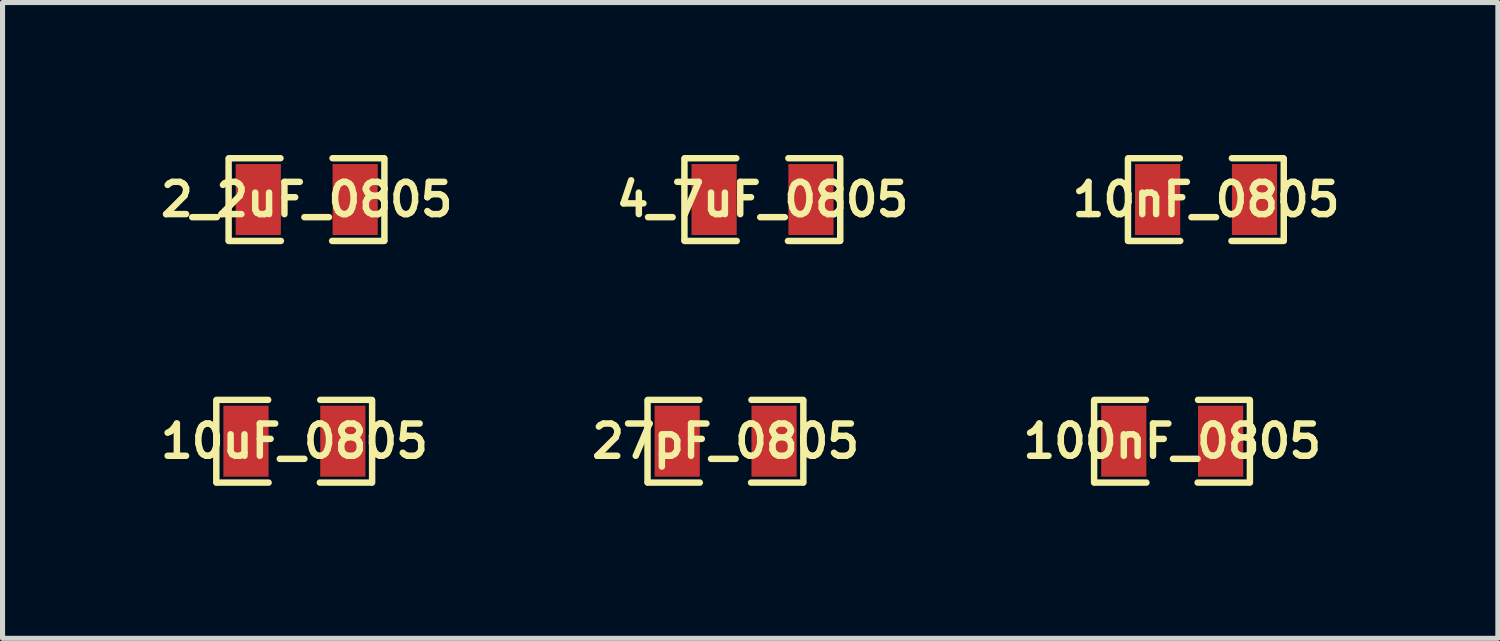
<source format=kicad_pcb>
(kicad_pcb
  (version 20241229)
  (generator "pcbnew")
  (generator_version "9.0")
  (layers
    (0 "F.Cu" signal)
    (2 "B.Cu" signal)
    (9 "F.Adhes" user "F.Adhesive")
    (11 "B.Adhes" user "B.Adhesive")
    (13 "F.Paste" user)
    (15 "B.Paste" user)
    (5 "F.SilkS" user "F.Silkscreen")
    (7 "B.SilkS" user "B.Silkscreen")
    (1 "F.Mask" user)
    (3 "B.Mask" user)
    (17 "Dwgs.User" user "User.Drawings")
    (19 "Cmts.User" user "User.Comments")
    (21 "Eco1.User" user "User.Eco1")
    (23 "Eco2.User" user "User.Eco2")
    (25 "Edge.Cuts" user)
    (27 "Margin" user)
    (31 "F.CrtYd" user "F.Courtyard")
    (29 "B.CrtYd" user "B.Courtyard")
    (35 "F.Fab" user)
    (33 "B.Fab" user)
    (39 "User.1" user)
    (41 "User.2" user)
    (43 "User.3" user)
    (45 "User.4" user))
  (footprint "100nF_0805"
    (layer "F.Cu")
    (at 20.015 5.631)
    (property "Reference" "100nF_0805" (at 0 0 0) (layer "F.SilkS") (effects (font (size 0.635 0.635) (thickness 0.127))))
    (attr smd)
    (fp_line (start -1.537 0.81) (end -1.537 -0.8) (stroke (width 0.127) (type solid)) (layer "F.SilkS"))
    (fp_line (start -1.532 0.815) (end -0.508 0.815) (stroke (width 0.127) (type solid)) (layer "F.SilkS"))
    (fp_line (start -0.516 -0.813) (end -1.532 -0.813) (stroke (width 0.127) (type solid)) (layer "F.SilkS"))
    (fp_line (start 0.508 -0.813) (end 1.524 -0.813) (stroke (width 0.127) (type solid)) (layer "F.SilkS"))
    (fp_line (start 1.524 0.815) (end 0.5 0.815) (stroke (width 0.127) (type solid)) (layer "F.SilkS"))
    (fp_line (start 1.529 0.81) (end 1.529 -0.8) (stroke (width 0.127) (type solid)) (layer "F.SilkS"))
    (pad "1" smd rect (at -0.953 0) (size 0.889 1.397) (layers "F.Cu" "F.Mask" "F.Paste"))
    (pad "2" smd rect (at 0.953 0) (size 0.889 1.397) (layers "F.Cu" "F.Mask" "F.Paste")))
  (footprint "27pF_0805"
    (layer "F.Cu")
    (at 11.228 5.631)
    (property "Reference" "27pF_0805" (at 0 0 0) (layer "F.SilkS") (effects (font (size 0.635 0.635) (thickness 0.127))))
    (attr smd)
    (fp_line (start -1.537 0.81) (end -1.537 -0.8) (stroke (width 0.127) (type solid)) (layer "F.SilkS"))
    (fp_line (start -1.532 0.815) (end -0.508 0.815) (stroke (width 0.127) (type solid)) (layer "F.SilkS"))
    (fp_line (start -0.516 -0.813) (end -1.532 -0.813) (stroke (width 0.127) (type solid)) (layer "F.SilkS"))
    (fp_line (start 0.508 -0.813) (end 1.524 -0.813) (stroke (width 0.127) (type solid)) (layer "F.SilkS"))
    (fp_line (start 1.524 0.815) (end 0.5 0.815) (stroke (width 0.127) (type solid)) (layer "F.SilkS"))
    (fp_line (start 1.529 0.81) (end 1.529 -0.8) (stroke (width 0.127) (type solid)) (layer "F.SilkS"))
    (pad "1" smd rect (at -0.953 0) (size 0.889 1.397) (layers "F.Cu" "F.Mask" "F.Paste"))
    (pad "2" smd rect (at 0.953 0) (size 0.889 1.397) (layers "F.Cu" "F.Mask" "F.Paste")))
  (footprint "10nF_0805"
    (layer "F.Cu")
    (at 20.681 0.876)
    (property "Reference" "10nF_0805" (at 0 0 0) (layer "F.SilkS") (effects (font (size 0.635 0.635) (thickness 0.127))))
    (attr smd)
    (fp_line (start -1.537 0.81) (end -1.537 -0.8) (stroke (width 0.127) (type solid)) (layer "F.SilkS"))
    (fp_line (start -1.532 0.815) (end -0.508 0.815) (stroke (width 0.127) (type solid)) (layer "F.SilkS"))
    (fp_line (start -0.516 -0.813) (end -1.532 -0.813) (stroke (width 0.127) (type solid)) (layer "F.SilkS"))
    (fp_line (start 0.508 -0.813) (end 1.524 -0.813) (stroke (width 0.127) (type solid)) (layer "F.SilkS"))
    (fp_line (start 1.524 0.815) (end 0.5 0.815) (stroke (width 0.127) (type solid)) (layer "F.SilkS"))
    (fp_line (start 1.529 0.81) (end 1.529 -0.8) (stroke (width 0.127) (type solid)) (layer "F.SilkS"))
    (pad "1" smd rect (at -0.953 0) (size 0.889 1.397) (layers "F.Cu" "F.Mask" "F.Paste"))
    (pad "2" smd rect (at 0.953 0) (size 0.889 1.397) (layers "F.Cu" "F.Mask" "F.Paste")))
  (footprint "2_2uF_0805"
    (layer "F.Cu")
    (at 2.985 0.876)
    (property "Reference" "2_2uF_0805" (at 0 0 0) (layer "F.SilkS") (effects (font (size 0.635 0.635) (thickness 0.127))))
    (attr smd)
    (fp_line (start -1.537 0.81) (end -1.537 -0.8) (stroke (width 0.127) (type solid)) (layer "F.SilkS"))
    (fp_line (start -1.532 0.815) (end -0.508 0.815) (stroke (width 0.127) (type solid)) (layer "F.SilkS"))
    (fp_line (start -0.516 -0.813) (end -1.532 -0.813) (stroke (width 0.127) (type solid)) (layer "F.SilkS"))
    (fp_line (start 0.508 -0.813) (end 1.524 -0.813) (stroke (width 0.127) (type solid)) (layer "F.SilkS"))
    (fp_line (start 1.524 0.815) (end 0.5 0.815) (stroke (width 0.127) (type solid)) (layer "F.SilkS"))
    (fp_line (start 1.529 0.81) (end 1.529 -0.8) (stroke (width 0.127) (type solid)) (layer "F.SilkS"))
    (pad "1" smd rect (at -0.953 0) (size 0.889 1.397) (layers "F.Cu" "F.Mask" "F.Paste"))
    (pad "2" smd rect (at 0.953 0) (size 0.889 1.397) (layers "F.Cu" "F.Mask" "F.Paste")))
  (footprint "4_7uF_0805"
    (layer "F.Cu")
    (at 11.954 0.876)
    (property "Reference" "4_7uF_0805" (at 0 0 0) (layer "F.SilkS") (effects (font (size 0.635 0.635) (thickness 0.127))))
    (attr smd)
    (fp_line (start -1.537 0.81) (end -1.537 -0.8) (stroke (width 0.127) (type solid)) (layer "F.SilkS"))
    (fp_line (start -1.532 0.815) (end -0.508 0.815) (stroke (width 0.127) (type solid)) (layer "F.SilkS"))
    (fp_line (start -0.516 -0.813) (end -1.532 -0.813) (stroke (width 0.127) (type solid)) (layer "F.SilkS"))
    (fp_line (start 0.508 -0.813) (end 1.524 -0.813) (stroke (width 0.127) (type solid)) (layer "F.SilkS"))
    (fp_line (start 1.524 0.815) (end 0.5 0.815) (stroke (width 0.127) (type solid)) (layer "F.SilkS"))
    (fp_line (start 1.529 0.81) (end 1.529 -0.8) (stroke (width 0.127) (type solid)) (layer "F.SilkS"))
    (pad "1" smd rect (at -0.953 0) (size 0.889 1.397) (layers "F.Cu" "F.Mask" "F.Paste"))
    (pad "2" smd rect (at 0.953 0) (size 0.889 1.397) (layers "F.Cu" "F.Mask" "F.Paste")))
  (footprint "10uF_0805"
    (layer "F.Cu")
    (at 2.743 5.631)
    (property "Reference" "10uF_0805" (at 0 0 0) (layer "F.SilkS") (effects (font (size 0.635 0.635) (thickness 0.127))))
    (attr smd)
    (fp_line (start -1.537 0.81) (end -1.537 -0.8) (stroke (width 0.127) (type solid)) (layer "F.SilkS"))
    (fp_line (start -1.532 0.815) (end -0.508 0.815) (stroke (width 0.127) (type solid)) (layer "F.SilkS"))
    (fp_line (start -0.516 -0.813) (end -1.532 -0.813) (stroke (width 0.127) (type solid)) (layer "F.SilkS"))
    (fp_line (start 0.508 -0.813) (end 1.524 -0.813) (stroke (width 0.127) (type solid)) (layer "F.SilkS"))
    (fp_line (start 1.524 0.815) (end 0.5 0.815) (stroke (width 0.127) (type solid)) (layer "F.SilkS"))
    (fp_line (start 1.529 0.81) (end 1.529 -0.8) (stroke (width 0.127) (type solid)) (layer "F.SilkS"))
    (pad "1" smd rect (at -0.953 0) (size 0.889 1.397) (layers "F.Cu" "F.Mask" "F.Paste"))
    (pad "2" smd rect (at 0.953 0) (size 0.889 1.397) (layers "F.Cu" "F.Mask" "F.Paste")))
  (gr_rect
    (start -3 -3)
    (end 26.423 9.51)
    (stroke (width 0.1) (type default))
    (fill no)
    (layer "Edge.Cuts")))
</source>
